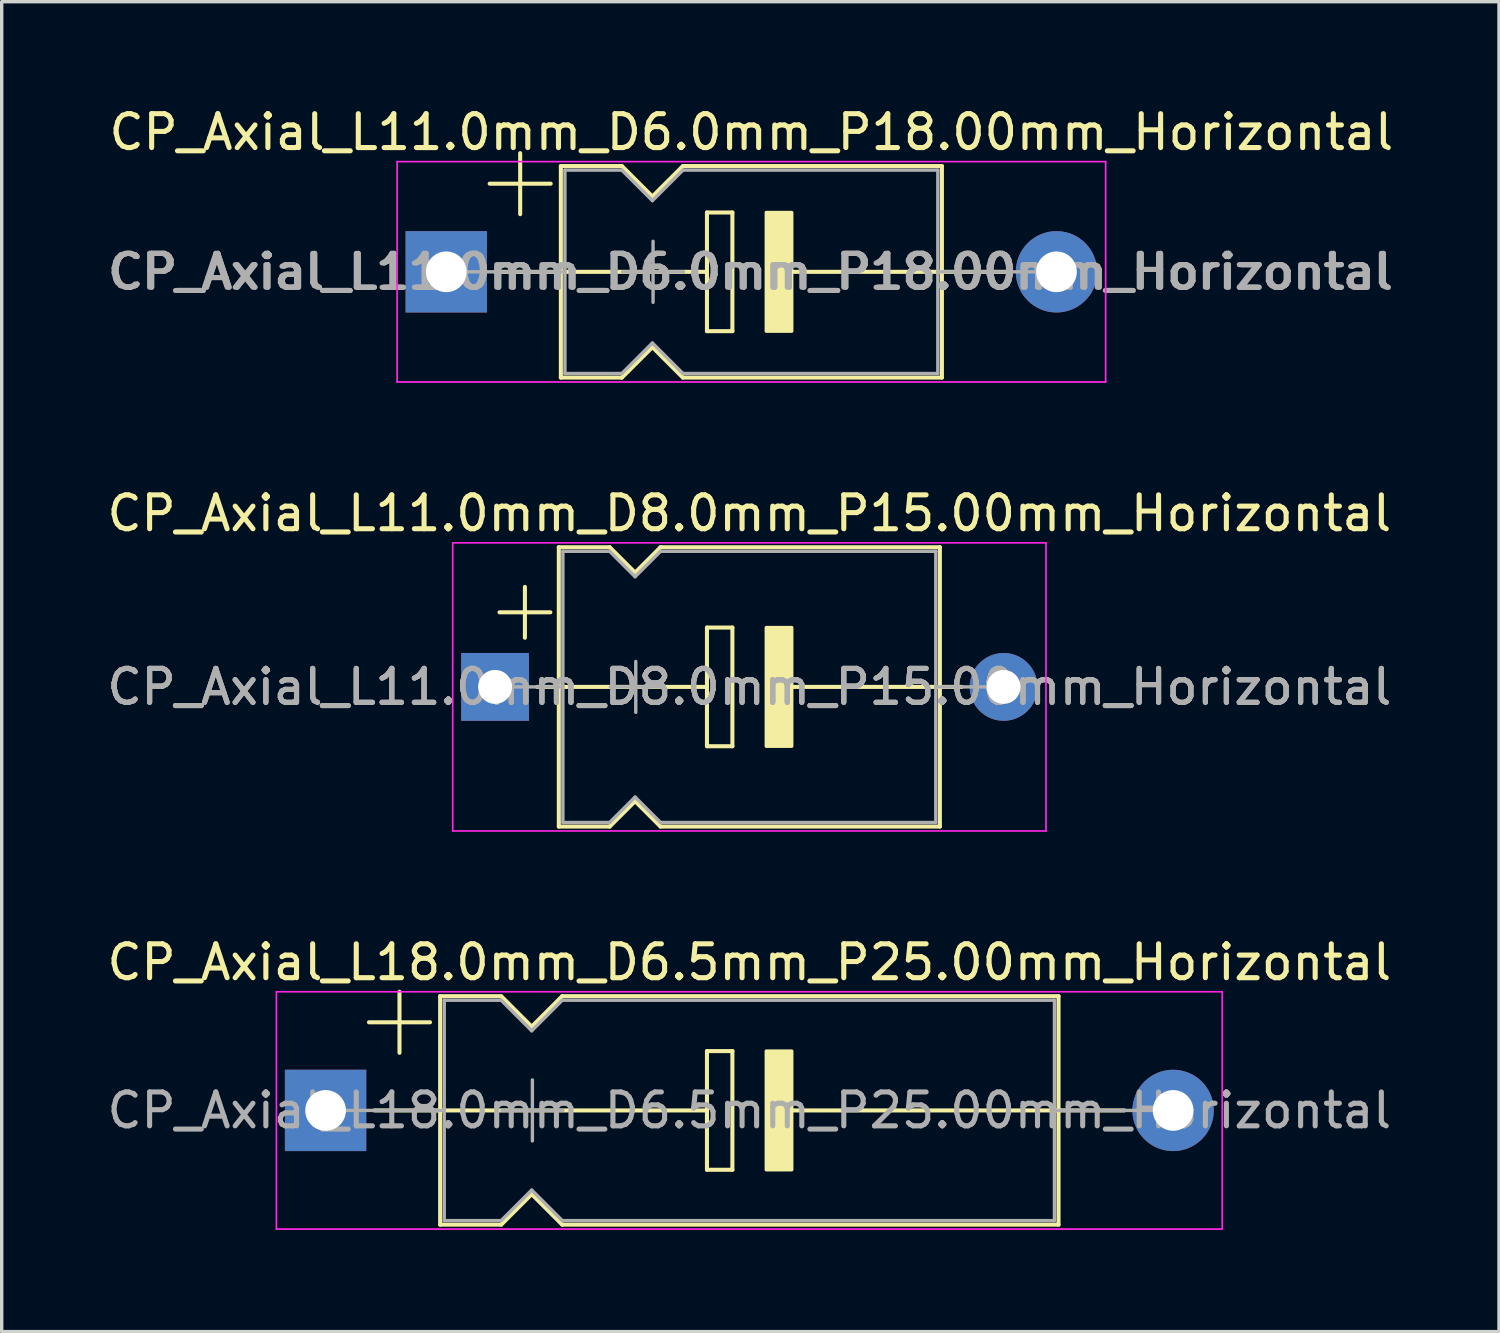
<source format=kicad_pcb>
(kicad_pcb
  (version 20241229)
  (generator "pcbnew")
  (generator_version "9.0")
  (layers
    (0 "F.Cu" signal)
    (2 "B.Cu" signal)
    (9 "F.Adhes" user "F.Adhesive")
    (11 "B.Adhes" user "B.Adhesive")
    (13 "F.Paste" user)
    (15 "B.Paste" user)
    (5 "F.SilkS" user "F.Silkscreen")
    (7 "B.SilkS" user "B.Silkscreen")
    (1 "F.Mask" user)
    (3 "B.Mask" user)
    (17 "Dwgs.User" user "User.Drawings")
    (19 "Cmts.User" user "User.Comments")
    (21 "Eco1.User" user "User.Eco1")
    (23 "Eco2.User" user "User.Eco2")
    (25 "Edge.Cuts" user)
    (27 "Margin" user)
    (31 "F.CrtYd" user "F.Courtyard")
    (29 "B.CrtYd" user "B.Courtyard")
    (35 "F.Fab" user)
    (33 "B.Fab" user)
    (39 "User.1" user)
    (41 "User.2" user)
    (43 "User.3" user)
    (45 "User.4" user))
  (footprint "CP_Axial_L11.0mm_D8.0mm_P15.00mm_Horizontal"
    (layer "F.Cu")
    (at 11.554 17.212)
    (property "Reference" "CP_Axial_L11.0mm_D8.0mm_P15.00mm_Horizontal" (at 7.5 -5.12 0) (layer "F.SilkS") (effects (font (size 1 1) (thickness 0.15))))
    (attr through_hole)
    (fp_line (start 0.13 -2.2) (end 1.63 -2.2) (stroke (width 0.12) (type solid)) (layer "F.SilkS"))
    (fp_line (start 0.88 -2.95) (end 0.88 -1.45) (stroke (width 0.12) (type solid)) (layer "F.SilkS"))
    (fp_line (start 1.24 0) (end 1.88 0) (stroke (width 0.12) (type solid)) (layer "F.SilkS"))
    (fp_line (start 1.88 -4.12) (end 1.88 4.12) (stroke (width 0.12) (type solid)) (layer "F.SilkS"))
    (fp_line (start 1.88 -4.12) (end 3.38 -4.12) (stroke (width 0.12) (type solid)) (layer "F.SilkS"))
    (fp_line (start 1.88 0) (end 6.25 0) (stroke (width 0.12) (type solid)) (layer "F.SilkS"))
    (fp_line (start 1.88 4.12) (end 3.38 4.12) (stroke (width 0.12) (type solid)) (layer "F.SilkS"))
    (fp_line (start 3.38 -4.12) (end 4.13 -3.37) (stroke (width 0.12) (type solid)) (layer "F.SilkS"))
    (fp_line (start 3.38 4.12) (end 4.13 3.37) (stroke (width 0.12) (type solid)) (layer "F.SilkS"))
    (fp_line (start 4.13 -3.37) (end 4.88 -4.12) (stroke (width 0.12) (type solid)) (layer "F.SilkS"))
    (fp_line (start 4.13 3.37) (end 4.88 4.12) (stroke (width 0.12) (type solid)) (layer "F.SilkS"))
    (fp_line (start 4.88 -4.12) (end 13.12 -4.12) (stroke (width 0.12) (type solid)) (layer "F.SilkS"))
    (fp_line (start 4.88 4.12) (end 13.12 4.12) (stroke (width 0.12) (type solid)) (layer "F.SilkS"))
    (fp_line (start 6.25 -1.75) (end 6.25 1.75) (stroke (width 0.12) (type solid)) (layer "F.SilkS"))
    (fp_line (start 6.25 -1.75) (end 7 -1.75) (stroke (width 0.12) (type solid)) (layer "F.SilkS"))
    (fp_line (start 7 -1.75) (end 7 1.75) (stroke (width 0.12) (type solid)) (layer "F.SilkS"))
    (fp_line (start 7 1.75) (end 6.25 1.75) (stroke (width 0.12) (type solid)) (layer "F.SilkS"))
    (fp_line (start 8.75 0) (end 13.12 0) (stroke (width 0.12) (type solid)) (layer "F.SilkS"))
    (fp_line (start 13.12 -4.12) (end 13.12 4.12) (stroke (width 0.12) (type solid)) (layer "F.SilkS"))
    (fp_line (start 13.76 0) (end 13.12 0) (stroke (width 0.12) (type solid)) (layer "F.SilkS"))
    (fp_poly (pts (xy 8.75 1.75) (xy 8 1.75) (xy 8 -1.75) (xy 8.75 -1.75)) (stroke (width 0.1) (type solid)) (fill yes) (layer "F.SilkS"))
    (fp_line (start -1.25 -4.25) (end -1.25 4.25) (stroke (width 0.05) (type solid)) (layer "F.CrtYd"))
    (fp_line (start -1.25 4.25) (end 16.25 4.25) (stroke (width 0.05) (type solid)) (layer "F.CrtYd"))
    (fp_line (start 16.25 -4.25) (end -1.25 -4.25) (stroke (width 0.05) (type solid)) (layer "F.CrtYd"))
    (fp_line (start 16.25 4.25) (end 16.25 -4.25) (stroke (width 0.05) (type solid)) (layer "F.CrtYd"))
    (fp_line (start 0 0) (end 2 0) (stroke (width 0.1) (type solid)) (layer "F.Fab"))
    (fp_line (start 2 -4) (end 2 4) (stroke (width 0.1) (type solid)) (layer "F.Fab"))
    (fp_line (start 2 -4) (end 3.38 -4) (stroke (width 0.1) (type solid)) (layer "F.Fab"))
    (fp_line (start 2 4) (end 3.38 4) (stroke (width 0.1) (type solid)) (layer "F.Fab"))
    (fp_line (start 3.38 -4) (end 4.13 -3.25) (stroke (width 0.1) (type solid)) (layer "F.Fab"))
    (fp_line (start 3.38 4) (end 4.13 3.25) (stroke (width 0.1) (type solid)) (layer "F.Fab"))
    (fp_line (start 3.4 0) (end 4.9 0) (stroke (width 0.1) (type solid)) (layer "F.Fab"))
    (fp_line (start 4.13 -3.25) (end 4.88 -4) (stroke (width 0.1) (type solid)) (layer "F.Fab"))
    (fp_line (start 4.13 3.25) (end 4.88 4) (stroke (width 0.1) (type solid)) (layer "F.Fab"))
    (fp_line (start 4.15 -0.75) (end 4.15 0.75) (stroke (width 0.1) (type solid)) (layer "F.Fab"))
    (fp_line (start 4.88 -4) (end 13 -4) (stroke (width 0.1) (type solid)) (layer "F.Fab"))
    (fp_line (start 4.88 4) (end 13 4) (stroke (width 0.1) (type solid)) (layer "F.Fab"))
    (fp_line (start 13 -4) (end 13 4) (stroke (width 0.1) (type solid)) (layer "F.Fab"))
    (fp_line (start 15 0) (end 13 0) (stroke (width 0.1) (type solid)) (layer "F.Fab"))
    (fp_text user "${REFERENCE}" (at 7.5 0 0) (layer "F.Fab") (effects (font (size 1 1) (thickness 0.15))))
    (fp_text user "${REFERENCE}" (at 7.5 0 0) (layer "F.Fab") (effects (font (size 1 1) (thickness 0.15))))
    (fp_text user "${REFERENCE}" (at 7.5 0 0) (layer "F.Fab") (effects (font (size 1 1) (thickness 0.15))))
    (pad "1" thru_hole rect (at 0 0) (size 2 2) (drill 1) (layers "*.Cu" "*.Mask"))
    (pad "2" thru_hole oval (at 15 0) (size 2 2) (drill 1) (layers "*.Cu" "*.Mask")))
  (footprint "CP_Axial_L11.0mm_D6.0mm_P18.00mm_Horizontal"
    (layer "F.Cu")
    (at 10.114 4.968)
    (property "Reference" "CP_Axial_L11.0mm_D6.0mm_P18.00mm_Horizontal" (at 9 -4.12 0) (layer "F.SilkS") (effects (font (size 1 1) (thickness 0.15))))
    (attr through_hole)
    (fp_line (start 1.28 -2.6) (end 3.08 -2.6) (stroke (width 0.12) (type solid)) (layer "F.SilkS"))
    (fp_line (start 1.44 0) (end 3.38 0) (stroke (width 0.12) (type solid)) (layer "F.SilkS"))
    (fp_line (start 2.18 -3.5) (end 2.18 -1.7) (stroke (width 0.12) (type solid)) (layer "F.SilkS"))
    (fp_line (start 3.38 -3.12) (end 3.38 3.12) (stroke (width 0.12) (type solid)) (layer "F.SilkS"))
    (fp_line (start 3.38 -3.12) (end 5.18 -3.12) (stroke (width 0.12) (type solid)) (layer "F.SilkS"))
    (fp_line (start 3.38 0) (end 7.69 0) (stroke (width 0.12) (type solid)) (layer "F.SilkS"))
    (fp_line (start 3.38 3.12) (end 5.18 3.12) (stroke (width 0.12) (type solid)) (layer "F.SilkS"))
    (fp_line (start 5.18 -3.12) (end 6.08 -2.22) (stroke (width 0.12) (type solid)) (layer "F.SilkS"))
    (fp_line (start 5.18 3.12) (end 6.08 2.22) (stroke (width 0.12) (type solid)) (layer "F.SilkS"))
    (fp_line (start 6.08 -2.22) (end 6.98 -3.12) (stroke (width 0.12) (type solid)) (layer "F.SilkS"))
    (fp_line (start 6.08 2.22) (end 6.98 3.12) (stroke (width 0.12) (type solid)) (layer "F.SilkS"))
    (fp_line (start 6.98 -3.12) (end 14.62 -3.12) (stroke (width 0.12) (type solid)) (layer "F.SilkS"))
    (fp_line (start 6.98 3.12) (end 14.62 3.12) (stroke (width 0.12) (type solid)) (layer "F.SilkS"))
    (fp_line (start 7.69 -1.75) (end 7.69 1.75) (stroke (width 0.12) (type solid)) (layer "F.SilkS"))
    (fp_line (start 7.69 -1.75) (end 8.44 -1.75) (stroke (width 0.12) (type solid)) (layer "F.SilkS"))
    (fp_line (start 8.44 -1.75) (end 8.44 1.75) (stroke (width 0.12) (type solid)) (layer "F.SilkS"))
    (fp_line (start 8.44 1.75) (end 7.69 1.75) (stroke (width 0.12) (type solid)) (layer "F.SilkS"))
    (fp_line (start 10.19 0) (end 14.62 0) (stroke (width 0.12) (type solid)) (layer "F.SilkS"))
    (fp_line (start 14.62 -3.12) (end 14.62 3.12) (stroke (width 0.12) (type solid)) (layer "F.SilkS"))
    (fp_line (start 16.56 0) (end 14.62 0) (stroke (width 0.12) (type solid)) (layer "F.SilkS"))
    (fp_poly (pts (xy 10.19 1.75) (xy 9.44 1.75) (xy 9.44 -1.75) (xy 10.19 -1.75)) (stroke (width 0.1) (type solid)) (fill yes) (layer "F.SilkS"))
    (fp_line (start -1.45 -3.25) (end -1.45 3.25) (stroke (width 0.05) (type solid)) (layer "F.CrtYd"))
    (fp_line (start -1.45 3.25) (end 19.45 3.25) (stroke (width 0.05) (type solid)) (layer "F.CrtYd"))
    (fp_line (start 19.45 -3.25) (end -1.45 -3.25) (stroke (width 0.05) (type solid)) (layer "F.CrtYd"))
    (fp_line (start 19.45 3.25) (end 19.45 -3.25) (stroke (width 0.05) (type solid)) (layer "F.CrtYd"))
    (fp_line (start 0 0) (end 3.5 0) (stroke (width 0.1) (type solid)) (layer "F.Fab"))
    (fp_line (start 3.5 -3) (end 3.5 3) (stroke (width 0.1) (type solid)) (layer "F.Fab"))
    (fp_line (start 3.5 -3) (end 5.18 -3) (stroke (width 0.1) (type solid)) (layer "F.Fab"))
    (fp_line (start 3.5 3) (end 5.18 3) (stroke (width 0.1) (type solid)) (layer "F.Fab"))
    (fp_line (start 5.18 -3) (end 6.08 -2.1) (stroke (width 0.1) (type solid)) (layer "F.Fab"))
    (fp_line (start 5.18 3) (end 6.08 2.1) (stroke (width 0.1) (type solid)) (layer "F.Fab"))
    (fp_line (start 5.2 0) (end 7 0) (stroke (width 0.1) (type solid)) (layer "F.Fab"))
    (fp_line (start 6.08 -2.1) (end 6.98 -3) (stroke (width 0.1) (type solid)) (layer "F.Fab"))
    (fp_line (start 6.08 2.1) (end 6.98 3) (stroke (width 0.1) (type solid)) (layer "F.Fab"))
    (fp_line (start 6.1 -0.9) (end 6.1 0.9) (stroke (width 0.1) (type solid)) (layer "F.Fab"))
    (fp_line (start 6.98 -3) (end 14.5 -3) (stroke (width 0.1) (type solid)) (layer "F.Fab"))
    (fp_line (start 6.98 3) (end 14.5 3) (stroke (width 0.1) (type solid)) (layer "F.Fab"))
    (fp_line (start 14.5 -3) (end 14.5 3) (stroke (width 0.1) (type solid)) (layer "F.Fab"))
    (fp_line (start 18 0) (end 14.5 0) (stroke (width 0.1) (type solid)) (layer "F.Fab"))
    (fp_text user "${REFERENCE}" (at 9 0 0) (layer "F.Fab") (effects (font (size 1 1) (thickness 0.15))))
    (fp_text user "${REFERENCE}" (at 9 0 0) (layer "F.Fab") (effects (font (size 1 1) (thickness 0.15))))
    (fp_text user "${REFERENCE}" (at 8.94 0 0) (layer "F.Fab") (effects (font (size 1 1) (thickness 0.15))))
    (pad "1" thru_hole rect (at 0 0) (size 2.4 2.4) (drill 1.2) (layers "*.Cu" "*.Mask"))
    (pad "2" thru_hole oval (at 18 0) (size 2.4 2.4) (drill 1.2) (layers "*.Cu" "*.Mask")))
  (footprint "CP_Axial_L18.0mm_D6.5mm_P25.00mm_Horizontal"
    (layer "F.Cu")
    (at 6.554 29.705)
    (property "Reference" "CP_Axial_L18.0mm_D6.5mm_P25.00mm_Horizontal" (at 12.5 -4.37 0) (layer "F.SilkS") (effects (font (size 1 1) (thickness 0.15))))
    (attr through_hole)
    (fp_line (start 1.28 -2.6) (end 3.08 -2.6) (stroke (width 0.12) (type solid)) (layer "F.SilkS"))
    (fp_line (start 1.44 0) (end 3.38 0) (stroke (width 0.12) (type solid)) (layer "F.SilkS"))
    (fp_line (start 2.18 -3.5) (end 2.18 -1.7) (stroke (width 0.12) (type solid)) (layer "F.SilkS"))
    (fp_line (start 3.38 -3.37) (end 3.38 3.37) (stroke (width 0.12) (type solid)) (layer "F.SilkS"))
    (fp_line (start 3.38 -3.37) (end 5.18 -3.37) (stroke (width 0.12) (type solid)) (layer "F.SilkS"))
    (fp_line (start 3.38 0) (end 11.25 0) (stroke (width 0.12) (type solid)) (layer "F.SilkS"))
    (fp_line (start 3.38 3.37) (end 5.18 3.37) (stroke (width 0.12) (type solid)) (layer "F.SilkS"))
    (fp_line (start 5.18 -3.37) (end 6.08 -2.47) (stroke (width 0.12) (type solid)) (layer "F.SilkS"))
    (fp_line (start 5.18 3.37) (end 6.08 2.47) (stroke (width 0.12) (type solid)) (layer "F.SilkS"))
    (fp_line (start 6.08 -2.47) (end 6.98 -3.37) (stroke (width 0.12) (type solid)) (layer "F.SilkS"))
    (fp_line (start 6.08 2.47) (end 6.98 3.37) (stroke (width 0.12) (type solid)) (layer "F.SilkS"))
    (fp_line (start 6.98 -3.37) (end 21.62 -3.37) (stroke (width 0.12) (type solid)) (layer "F.SilkS"))
    (fp_line (start 6.98 3.37) (end 21.62 3.37) (stroke (width 0.12) (type solid)) (layer "F.SilkS"))
    (fp_line (start 11.25 -1.75) (end 11.25 1.75) (stroke (width 0.12) (type solid)) (layer "F.SilkS"))
    (fp_line (start 11.25 -1.75) (end 12 -1.75) (stroke (width 0.12) (type solid)) (layer "F.SilkS"))
    (fp_line (start 12 -1.75) (end 12 1.75) (stroke (width 0.12) (type solid)) (layer "F.SilkS"))
    (fp_line (start 12 1.75) (end 11.25 1.75) (stroke (width 0.12) (type solid)) (layer "F.SilkS"))
    (fp_line (start 13.75 0) (end 21.62 0) (stroke (width 0.12) (type solid)) (layer "F.SilkS"))
    (fp_line (start 21.62 -3.37) (end 21.62 3.37) (stroke (width 0.12) (type solid)) (layer "F.SilkS"))
    (fp_line (start 23.56 0) (end 21.62 0) (stroke (width 0.12) (type solid)) (layer "F.SilkS"))
    (fp_poly (pts (xy 13.75 1.75) (xy 13 1.75) (xy 13 -1.75) (xy 13.75 -1.75)) (stroke (width 0.1) (type solid)) (fill yes) (layer "F.SilkS"))
    (fp_line (start -1.45 -3.5) (end -1.45 3.5) (stroke (width 0.05) (type solid)) (layer "F.CrtYd"))
    (fp_line (start -1.45 3.5) (end 26.45 3.5) (stroke (width 0.05) (type solid)) (layer "F.CrtYd"))
    (fp_line (start 26.45 -3.5) (end -1.45 -3.5) (stroke (width 0.05) (type solid)) (layer "F.CrtYd"))
    (fp_line (start 26.45 3.5) (end 26.45 -3.5) (stroke (width 0.05) (type solid)) (layer "F.CrtYd"))
    (fp_line (start 0 0) (end 3.5 0) (stroke (width 0.1) (type solid)) (layer "F.Fab"))
    (fp_line (start 3.5 -3.25) (end 3.5 3.25) (stroke (width 0.1) (type solid)) (layer "F.Fab"))
    (fp_line (start 3.5 -3.25) (end 5.18 -3.25) (stroke (width 0.1) (type solid)) (layer "F.Fab"))
    (fp_line (start 3.5 3.25) (end 5.18 3.25) (stroke (width 0.1) (type solid)) (layer "F.Fab"))
    (fp_line (start 5.18 -3.25) (end 6.08 -2.35) (stroke (width 0.1) (type solid)) (layer "F.Fab"))
    (fp_line (start 5.18 3.25) (end 6.08 2.35) (stroke (width 0.1) (type solid)) (layer "F.Fab"))
    (fp_line (start 5.2 0) (end 7 0) (stroke (width 0.1) (type solid)) (layer "F.Fab"))
    (fp_line (start 6.08 -2.35) (end 6.98 -3.25) (stroke (width 0.1) (type solid)) (layer "F.Fab"))
    (fp_line (start 6.08 2.35) (end 6.98 3.25) (stroke (width 0.1) (type solid)) (layer "F.Fab"))
    (fp_line (start 6.1 -0.9) (end 6.1 0.9) (stroke (width 0.1) (type solid)) (layer "F.Fab"))
    (fp_line (start 6.98 -3.25) (end 21.5 -3.25) (stroke (width 0.1) (type solid)) (layer "F.Fab"))
    (fp_line (start 6.98 3.25) (end 21.5 3.25) (stroke (width 0.1) (type solid)) (layer "F.Fab"))
    (fp_line (start 21.5 -3.25) (end 21.5 3.25) (stroke (width 0.1) (type solid)) (layer "F.Fab"))
    (fp_line (start 25 0) (end 21.5 0) (stroke (width 0.1) (type solid)) (layer "F.Fab"))
    (fp_text user "${REFERENCE}" (at 12.5 0 0) (layer "F.Fab") (effects (font (size 1 1) (thickness 0.15))))
    (pad "1" thru_hole rect (at 0 0) (size 2.4 2.4) (drill 1.2) (layers "*.Cu" "*.Mask"))
    (pad "2" thru_hole oval (at 25 0) (size 2.4 2.4) (drill 1.2) (layers "*.Cu" "*.Mask")))
  (gr_rect
    (start -3 -3)
    (end 41.167 36.23)
    (stroke (width 0.1) (type default))
    (fill no)
    (layer "Edge.Cuts")))
</source>
